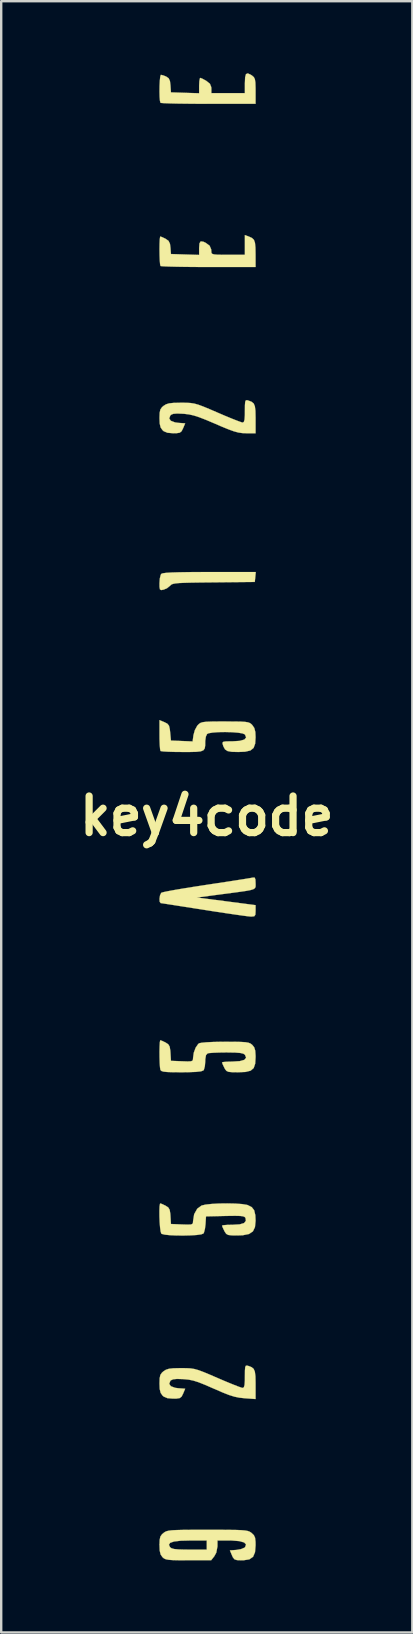
<source format=kicad_pcb>
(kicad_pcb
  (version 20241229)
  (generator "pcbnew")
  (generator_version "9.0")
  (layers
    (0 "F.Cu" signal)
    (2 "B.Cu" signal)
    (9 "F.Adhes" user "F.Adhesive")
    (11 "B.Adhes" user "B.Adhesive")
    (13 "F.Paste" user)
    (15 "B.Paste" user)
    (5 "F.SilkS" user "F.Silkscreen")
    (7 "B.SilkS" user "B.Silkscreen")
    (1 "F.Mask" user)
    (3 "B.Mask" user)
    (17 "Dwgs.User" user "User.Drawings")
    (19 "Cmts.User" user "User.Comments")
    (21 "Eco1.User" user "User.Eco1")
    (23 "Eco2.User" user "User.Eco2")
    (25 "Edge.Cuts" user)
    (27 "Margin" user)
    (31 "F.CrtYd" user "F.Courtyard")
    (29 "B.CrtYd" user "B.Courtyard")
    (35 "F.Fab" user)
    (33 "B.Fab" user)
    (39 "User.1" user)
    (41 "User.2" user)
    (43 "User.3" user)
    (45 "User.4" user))
  (footprint "key4code"
    (layer "F.Cu")
    (at 5.559 30.927)
    (property "Reference" "key4code" (at 0 0 0) (layer "F.SilkS") (effects (font (size 1.524 1.524) (thickness 0.3))))
    (attr through_hole)
    (fp_poly (pts (xy 2 -9.747) (xy 0.286 -9.73) (xy -0.227 -9.725) (xy -0.628 -9.719) (xy -0.932 -9.711) (xy -1.153 -9.701) (xy -1.306 -9.686) (xy -1.407 -9.666) (xy -1.471 -9.64) (xy -1.511 -9.607) (xy -1.524 -9.591) (xy -1.658 -9.483) (xy -1.794 -9.427) (xy -1.898 -9.408) (xy -1.949 -9.436) (xy -1.967 -9.54) (xy -1.968 -9.696) (xy -1.954 -9.894) (xy -1.917 -10.043) (xy -1.892 -10.084) (xy -1.83 -10.107) (xy -1.691 -10.126) (xy -1.464 -10.14) (xy -1.142 -10.15) (xy -0.715 -10.157) (xy -0.174 -10.16) (xy 0.112 -10.16) (xy 2.04 -10.16) (xy 2 -9.747)) (stroke (width 0.01) (type solid)) (fill yes) (layer "F.SilkS"))
    (fp_poly (pts (xy 1.834 -30.864) (xy 1.891 -30.826) (xy 1.961 -30.764) (xy 2.003 -30.68) (xy 2.024 -30.543) (xy 2.031 -30.323) (xy 2.032 -30.191) (xy 2.032 -29.654) (xy 0.074 -29.654) (xy -0.412 -29.656) (xy -0.858 -29.66) (xy -1.246 -29.665) (xy -1.561 -29.673) (xy -1.787 -29.682) (xy -1.91 -29.692) (xy -1.926 -29.697) (xy -1.949 -29.779) (xy -1.963 -29.945) (xy -1.968 -30.163) (xy -1.965 -30.397) (xy -1.955 -30.614) (xy -1.938 -30.779) (xy -1.914 -30.858) (xy -1.908 -30.861) (xy -1.809 -30.837) (xy -1.689 -30.789) (xy -1.586 -30.718) (xy -1.533 -30.602) (xy -1.511 -30.424) (xy -1.492 -30.131) (xy -0.905 -30.112) (xy -0.318 -30.094) (xy -0.318 -30.414) (xy -0.309 -30.596) (xy -0.287 -30.712) (xy -0.27 -30.734) (xy -0.189 -30.703) (xy -0.05 -30.628) (xy -0.016 -30.608) (xy 0.132 -30.489) (xy 0.187 -30.349) (xy 0.191 -30.29) (xy 0.191 -30.099) (xy 1.587 -30.099) (xy 1.587 -30.512) (xy 1.597 -30.758) (xy 1.633 -30.891) (xy 1.708 -30.922) (xy 1.834 -30.864)) (stroke (width 0.01) (type solid)) (fill yes) (layer "F.SilkS"))
    (fp_poly (pts (xy 1.761 -24.124) (xy 1.884 -24.067) (xy 1.963 -23.991) (xy 2.007 -23.869) (xy 2.026 -23.673) (xy 2.031 -23.384) (xy 2.032 -22.86) (xy 0.074 -22.86) (xy -0.412 -22.861) (xy -0.858 -22.865) (xy -1.246 -22.871) (xy -1.561 -22.879) (xy -1.787 -22.888) (xy -1.91 -22.898) (xy -1.926 -22.902) (xy -1.944 -22.978) (xy -1.957 -23.141) (xy -1.965 -23.36) (xy -1.968 -23.6) (xy -1.965 -23.828) (xy -1.957 -24.012) (xy -1.942 -24.117) (xy -1.934 -24.13) (xy -1.859 -24.104) (xy -1.724 -24.04) (xy -1.715 -24.035) (xy -1.591 -23.948) (xy -1.532 -23.824) (xy -1.512 -23.67) (xy -1.492 -23.4) (xy -0.905 -23.381) (xy -0.318 -23.363) (xy -0.318 -23.651) (xy -0.304 -23.844) (xy -0.252 -23.927) (xy -0.142 -23.913) (xy -0.043 -23.866) (xy 0.119 -23.747) (xy 0.184 -23.593) (xy 0.19 -23.511) (xy 0.195 -23.448) (xy 0.226 -23.408) (xy 0.304 -23.384) (xy 0.452 -23.372) (xy 0.691 -23.368) (xy 0.889 -23.368) (xy 1.587 -23.368) (xy 1.587 -23.779) (xy 1.587 -24.19) (xy 1.761 -24.124)) (stroke (width 0.01) (type solid)) (fill yes) (layer "F.SilkS"))
    (fp_poly (pts (xy 1.993 2.563) (xy 2.025 2.637) (xy 2.032 2.789) (xy 2.034 2.88) (xy 2.03 2.951) (xy 2.003 3.004) (xy 1.94 3.046) (xy 1.823 3.082) (xy 1.639 3.117) (xy 1.371 3.156) (xy 1.004 3.205) (xy 0.667 3.249) (xy -0.413 3.392) (xy 0.81 3.551) (xy 2.032 3.71) (xy 2.032 3.951) (xy 2.024 4.107) (xy 1.979 4.173) (xy 1.865 4.185) (xy 1.826 4.184) (xy 1.71 4.173) (xy 1.487 4.144) (xy 1.176 4.1) (xy 0.795 4.044) (xy 0.362 3.979) (xy -0.103 3.906) (xy -0.127 3.902) (xy -0.583 3.831) (xy -0.999 3.766) (xy -1.356 3.71) (xy -1.64 3.666) (xy -1.833 3.636) (xy -1.919 3.624) (xy -1.921 3.623) (xy -1.961 3.567) (xy -1.967 3.442) (xy -1.946 3.303) (xy -1.899 3.203) (xy -1.889 3.194) (xy -1.808 3.169) (xy -1.618 3.129) (xy -1.335 3.077) (xy -0.976 3.016) (xy -0.558 2.949) (xy -0.098 2.878) (xy 0 2.863) (xy 0.469 2.792) (xy 0.901 2.727) (xy 1.278 2.668) (xy 1.584 2.62) (xy 1.801 2.584) (xy 1.913 2.564) (xy 1.921 2.562) (xy 1.993 2.563)) (stroke (width 0.01) (type solid)) (fill yes) (layer "F.SilkS"))
    (fp_poly (pts (xy 1.73 22.895) (xy 1.865 22.946) (xy 1.952 23.017) (xy 2.002 23.133) (xy 2.026 23.32) (xy 2.032 23.604) (xy 2.032 23.67) (xy 2.032 24.274) (xy 1.572 24.24) (xy 1.357 24.217) (xy 1.151 24.175) (xy 0.924 24.104) (xy 0.645 23.994) (xy 0.286 23.838) (xy -0.069 23.683) (xy -0.34 23.575) (xy -0.558 23.506) (xy -0.752 23.466) (xy -0.953 23.446) (xy -0.987 23.444) (xy -1.241 23.436) (xy -1.4 23.452) (xy -1.493 23.494) (xy -1.519 23.52) (xy -1.564 23.641) (xy -1.495 23.74) (xy -1.322 23.806) (xy -1.175 23.825) (xy -0.899 23.844) (xy -0.986 24.051) (xy -1.048 24.173) (xy -1.126 24.234) (xy -1.262 24.255) (xy -1.394 24.257) (xy -1.634 24.238) (xy -1.792 24.172) (xy -1.841 24.13) (xy -1.92 24.017) (xy -1.959 23.855) (xy -1.968 23.627) (xy -1.961 23.405) (xy -1.931 23.268) (xy -1.863 23.172) (xy -1.801 23.119) (xy -1.698 23.053) (xy -1.571 23.013) (xy -1.388 22.993) (xy -1.115 22.987) (xy -1.064 22.987) (xy -0.849 22.989) (xy -0.675 22.998) (xy -0.516 23.023) (xy -0.345 23.071) (xy -0.135 23.149) (xy 0.141 23.264) (xy 0.454 23.4) (xy 0.78 23.539) (xy 1.069 23.658) (xy 1.3 23.749) (xy 1.451 23.802) (xy 1.495 23.812) (xy 1.544 23.785) (xy 1.573 23.689) (xy 1.586 23.501) (xy 1.587 23.332) (xy 1.589 23.089) (xy 1.6 22.949) (xy 1.627 22.888) (xy 1.679 22.881) (xy 1.73 22.895)) (stroke (width 0.01) (type solid)) (fill yes) (layer "F.SilkS"))
    (fp_poly (pts (xy 1.73 -17.3) (xy 1.865 -17.249) (xy 1.953 -17.178) (xy 2.003 -17.06) (xy 2.026 -16.871) (xy 2.032 -16.584) (xy 2.032 -16.534) (xy 2.032 -15.938) (xy 1.645 -15.938) (xy 1.477 -15.945) (xy 1.313 -15.969) (xy 1.129 -16.019) (xy 0.898 -16.103) (xy 0.593 -16.228) (xy 0.359 -16.33) (xy -0.018 -16.49) (xy -0.308 -16.603) (xy -0.54 -16.678) (xy -0.741 -16.723) (xy -0.94 -16.747) (xy -0.986 -16.75) (xy -1.237 -16.76) (xy -1.394 -16.747) (xy -1.487 -16.707) (xy -1.518 -16.676) (xy -1.564 -16.555) (xy -1.495 -16.456) (xy -1.322 -16.39) (xy -1.175 -16.37) (xy -0.899 -16.351) (xy -0.986 -16.145) (xy -1.048 -16.022) (xy -1.126 -15.961) (xy -1.262 -15.94) (xy -1.394 -15.938) (xy -1.634 -15.958) (xy -1.792 -16.023) (xy -1.841 -16.066) (xy -1.92 -16.178) (xy -1.959 -16.341) (xy -1.968 -16.569) (xy -1.961 -16.79) (xy -1.931 -16.928) (xy -1.863 -17.024) (xy -1.801 -17.077) (xy -1.698 -17.142) (xy -1.571 -17.182) (xy -1.388 -17.202) (xy -1.115 -17.208) (xy -1.064 -17.209) (xy -0.849 -17.207) (xy -0.675 -17.197) (xy -0.516 -17.172) (xy -0.345 -17.124) (xy -0.135 -17.046) (xy 0.141 -16.931) (xy 0.454 -16.796) (xy 0.78 -16.656) (xy 1.069 -16.537) (xy 1.3 -16.447) (xy 1.451 -16.393) (xy 1.495 -16.383) (xy 1.544 -16.41) (xy 1.573 -16.507) (xy 1.586 -16.695) (xy 1.587 -16.864) (xy 1.589 -17.106) (xy 1.6 -17.246) (xy 1.627 -17.307) (xy 1.679 -17.314) (xy 1.73 -17.3)) (stroke (width 0.01) (type solid)) (fill yes) (layer "F.SilkS"))
    (fp_poly (pts (xy -1.762 -3.908) (xy -1.64 -3.845) (xy -1.573 -3.762) (xy -1.539 -3.617) (xy -1.524 -3.482) (xy -1.492 -3.143) (xy -0.589 -3.106) (xy -0.554 -3.369) (xy -0.495 -3.581) (xy -0.395 -3.762) (xy -0.375 -3.784) (xy -0.316 -3.842) (xy -0.25 -3.883) (xy -0.157 -3.91) (xy -0.014 -3.926) (xy 0.199 -3.934) (xy 0.504 -3.937) (xy 0.762 -3.937) (xy 1.139 -3.936) (xy 1.41 -3.932) (xy 1.596 -3.921) (xy 1.719 -3.901) (xy 1.8 -3.87) (xy 1.861 -3.824) (xy 1.894 -3.79) (xy 1.98 -3.665) (xy 2.022 -3.499) (xy 2.032 -3.282) (xy 2.015 -3.014) (xy 1.949 -2.835) (xy 1.816 -2.729) (xy 1.595 -2.679) (xy 1.31 -2.667) (xy 1.039 -2.674) (xy 0.866 -2.706) (xy 0.761 -2.775) (xy 0.694 -2.896) (xy 0.67 -2.969) (xy 0.654 -3.043) (xy 0.679 -3.086) (xy 0.771 -3.106) (xy 0.953 -3.111) (xy 1.067 -3.111) (xy 1.372 -3.13) (xy 1.564 -3.184) (xy 1.639 -3.271) (xy 1.593 -3.39) (xy 1.587 -3.397) (xy 1.49 -3.44) (xy 1.299 -3.471) (xy 1.046 -3.491) (xy 0.764 -3.498) (xy 0.487 -3.494) (xy 0.246 -3.476) (xy 0.074 -3.446) (xy 0.013 -3.416) (xy -0.038 -3.306) (xy -0.063 -3.133) (xy -0.064 -3.104) (xy -0.066 -2.936) (xy -0.084 -2.818) (xy -0.139 -2.74) (xy -0.248 -2.695) (xy -0.431 -2.674) (xy -0.706 -2.667) (xy -1.012 -2.667) (xy -1.333 -2.67) (xy -1.607 -2.678) (xy -1.81 -2.69) (xy -1.917 -2.705) (xy -1.926 -2.709) (xy -1.944 -2.787) (xy -1.958 -2.962) (xy -1.967 -3.205) (xy -1.968 -3.373) (xy -1.968 -3.994) (xy -1.762 -3.908)) (stroke (width 0.01) (type solid)) (fill yes) (layer "F.SilkS"))
    (fp_poly (pts (xy 0.536 29.718) (xy 0.93 29.721) (xy 1.228 29.725) (xy 1.446 29.734) (xy 1.601 29.748) (xy 1.708 29.768) (xy 1.782 29.795) (xy 1.841 29.831) (xy 1.865 29.85) (xy 1.961 29.941) (xy 2.011 30.05) (xy 2.03 30.218) (xy 2.032 30.358) (xy 2.009 30.651) (xy 1.928 30.842) (xy 1.774 30.948) (xy 1.531 30.987) (xy 1.457 30.988) (xy 1.264 30.982) (xy 1.155 30.948) (xy 1.088 30.866) (xy 1.05 30.782) (xy 0.963 30.575) (xy 1.238 30.556) (xy 1.428 30.522) (xy 1.569 30.462) (xy 1.596 30.438) (xy 1.635 30.329) (xy 1.555 30.245) (xy 1.36 30.19) (xy 1.054 30.164) (xy 0.94 30.163) (xy 0.445 30.163) (xy 0.445 30.408) (xy 0.397 30.668) (xy 0.313 30.821) (xy 0.181 30.988) (xy -0.767 30.988) (xy -1.137 30.987) (xy -1.402 30.981) (xy -1.583 30.968) (xy -1.702 30.946) (xy -1.781 30.911) (xy -1.84 30.862) (xy -1.841 30.861) (xy -1.92 30.748) (xy -1.959 30.586) (xy -1.968 30.358) (xy -1.968 30.342) (xy -1.577 30.342) (xy -1.53 30.441) (xy -1.468 30.487) (xy -1.36 30.518) (xy -1.182 30.535) (xy -0.911 30.543) (xy -0.722 30.544) (xy 0 30.544) (xy 0 30.163) (xy -0.686 30.163) (xy -1.085 30.173) (xy -1.363 30.205) (xy -1.526 30.261) (xy -1.577 30.342) (xy -1.968 30.342) (xy -1.961 30.136) (xy -1.931 29.999) (xy -1.863 29.903) (xy -1.801 29.85) (xy -1.745 29.81) (xy -1.679 29.779) (xy -1.588 29.756) (xy -1.456 29.739) (xy -1.267 29.729) (xy -1.005 29.722) (xy -0.655 29.719) (xy -0.2 29.718) (xy 0.032 29.718) (xy 0.536 29.718)) (stroke (width 0.01) (type solid)) (fill yes) (layer "F.SilkS"))
    (fp_poly (pts (xy 1.188 16.136) (xy 1.47 16.156) (xy 1.673 16.189) (xy 1.706 16.199) (xy 1.874 16.284) (xy 1.974 16.415) (xy 2.022 16.619) (xy 2.032 16.85) (xy 2.007 17.114) (xy 1.921 17.293) (xy 1.758 17.402) (xy 1.501 17.454) (xy 1.263 17.462) (xy 1.031 17.459) (xy 0.892 17.441) (xy 0.81 17.396) (xy 0.752 17.312) (xy 0.732 17.275) (xy 0.666 17.137) (xy 0.635 17.056) (xy 0.635 17.053) (xy 0.693 17.036) (xy 0.846 17.023) (xy 1.061 17.018) (xy 1.072 17.018) (xy 1.37 17.001) (xy 1.553 16.947) (xy 1.628 16.853) (xy 1.613 16.738) (xy 1.581 16.695) (xy 1.513 16.666) (xy 1.387 16.65) (xy 1.181 16.645) (xy 0.876 16.649) (xy 0.77 16.651) (xy -0.032 16.669) (xy -0.052 16.985) (xy -0.076 17.185) (xy -0.116 17.338) (xy -0.139 17.382) (xy -0.23 17.417) (xy -0.418 17.443) (xy -0.672 17.459) (xy -0.961 17.466) (xy -1.257 17.464) (xy -1.527 17.452) (xy -1.743 17.43) (xy -1.874 17.398) (xy -1.892 17.386) (xy -1.92 17.302) (xy -1.944 17.133) (xy -1.961 16.91) (xy -1.971 16.667) (xy -1.972 16.436) (xy -1.965 16.251) (xy -1.947 16.143) (xy -1.934 16.129) (xy -1.859 16.155) (xy -1.724 16.219) (xy -1.715 16.224) (xy -1.604 16.296) (xy -1.545 16.394) (xy -1.518 16.558) (xy -1.511 16.653) (xy -1.492 16.986) (xy -1.032 17.005) (xy -0.795 17.012) (xy -0.657 17.006) (xy -0.592 16.977) (xy -0.573 16.919) (xy -0.572 16.872) (xy -0.525 16.578) (xy -0.396 16.349) (xy -0.216 16.217) (xy -0.051 16.178) (xy 0.207 16.15) (xy 0.522 16.133) (xy 0.86 16.129) (xy 1.188 16.136)) (stroke (width 0.01) (type solid)) (fill yes) (layer "F.SilkS"))
    (fp_poly (pts (xy -1.859 9.361) (xy -1.724 9.425) (xy -1.715 9.43) (xy -1.604 9.502) (xy -1.545 9.599) (xy -1.518 9.763) (xy -1.511 9.858) (xy -1.492 10.192) (xy -1.032 10.21) (xy -0.795 10.218) (xy -0.657 10.211) (xy -0.592 10.183) (xy -0.573 10.124) (xy -0.572 10.077) (xy -0.541 9.855) (xy -0.463 9.644) (xy -0.358 9.492) (xy -0.315 9.46) (xy -0.213 9.439) (xy -0.009 9.42) (xy 0.271 9.406) (xy 0.602 9.399) (xy 0.778 9.398) (xy 1.154 9.399) (xy 1.425 9.405) (xy 1.612 9.417) (xy 1.736 9.438) (xy 1.819 9.471) (xy 1.883 9.519) (xy 1.893 9.527) (xy 1.976 9.631) (xy 2.018 9.769) (xy 2.032 9.985) (xy 2.032 10.035) (xy 2.016 10.31) (xy 1.954 10.493) (xy 1.826 10.602) (xy 1.612 10.655) (xy 1.303 10.668) (xy 1.06 10.665) (xy 0.911 10.651) (xy 0.823 10.613) (xy 0.765 10.542) (xy 0.732 10.481) (xy 0.666 10.343) (xy 0.635 10.261) (xy 0.635 10.258) (xy 0.693 10.241) (xy 0.846 10.229) (xy 1.061 10.224) (xy 1.072 10.223) (xy 1.374 10.205) (xy 1.565 10.151) (xy 1.638 10.063) (xy 1.593 9.944) (xy 1.587 9.938) (xy 1.52 9.893) (xy 1.393 9.864) (xy 1.184 9.848) (xy 0.872 9.843) (xy 0.823 9.842) (xy 0.532 9.846) (xy 0.282 9.855) (xy 0.104 9.869) (xy 0.037 9.881) (xy -0.032 9.955) (xy -0.061 10.123) (xy -0.064 10.218) (xy -0.079 10.412) (xy -0.118 10.557) (xy -0.14 10.592) (xy -0.24 10.629) (xy -0.458 10.653) (xy -0.797 10.666) (xy -1.054 10.668) (xy -1.402 10.666) (xy -1.644 10.658) (xy -1.799 10.642) (xy -1.886 10.615) (xy -1.926 10.576) (xy -1.93 10.568) (xy -1.947 10.465) (xy -1.959 10.283) (xy -1.966 10.054) (xy -1.968 9.813) (xy -1.963 9.59) (xy -1.954 9.421) (xy -1.938 9.338) (xy -1.934 9.335) (xy -1.859 9.361)) (stroke (width 0.01) (type solid)) (fill yes) (layer "F.SilkS")))
  (gr_rect
    (start -3 -3)
    (end 14.118 64.92)
    (stroke (width 0.1) (type default))
    (fill no)
    (layer "Edge.Cuts")))
</source>
